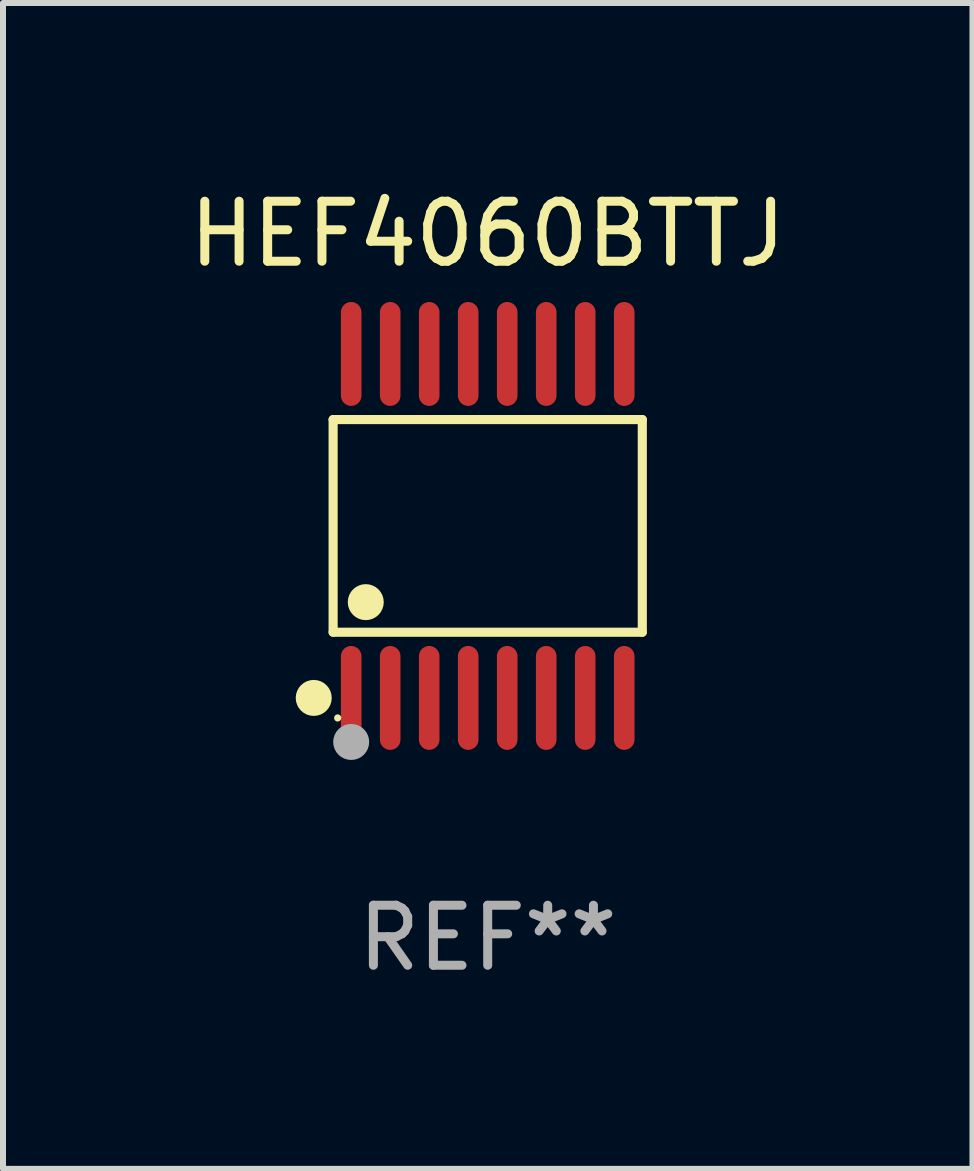
<source format=kicad_pcb>
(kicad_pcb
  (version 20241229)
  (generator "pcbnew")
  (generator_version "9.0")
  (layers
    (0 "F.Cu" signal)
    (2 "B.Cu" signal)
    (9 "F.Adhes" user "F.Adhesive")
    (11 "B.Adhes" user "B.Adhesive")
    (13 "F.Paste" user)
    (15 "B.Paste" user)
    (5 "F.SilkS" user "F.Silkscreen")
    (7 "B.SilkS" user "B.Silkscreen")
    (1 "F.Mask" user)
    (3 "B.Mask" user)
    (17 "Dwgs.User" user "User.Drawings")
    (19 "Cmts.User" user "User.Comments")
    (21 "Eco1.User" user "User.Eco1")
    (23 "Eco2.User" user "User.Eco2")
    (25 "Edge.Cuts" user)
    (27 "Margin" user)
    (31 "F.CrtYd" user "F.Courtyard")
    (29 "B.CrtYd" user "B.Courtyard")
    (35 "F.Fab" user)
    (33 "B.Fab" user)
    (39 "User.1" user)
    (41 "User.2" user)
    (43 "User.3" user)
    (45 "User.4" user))
  (footprint "HEF4060BTTJ"
    (layer "F.Cu")
    (at 5.077 5.714)
    (property "Reference" "HEF4060BTTJ" (at 0 -4.866 0) (layer "F.SilkS") (effects (font (size 1 1) (thickness 0.15))))
    (attr through_hole)
    (fp_line (start -2.576 -1.772) (end 2.576 -1.772) (stroke (width 0.152) (type solid)) (layer "F.SilkS"))
    (fp_line (start -2.576 1.771) (end -2.576 -1.772) (stroke (width 0.152) (type solid)) (layer "F.SilkS"))
    (fp_line (start 2.576 -1.772) (end 2.576 1.771) (stroke (width 0.152) (type solid)) (layer "F.SilkS"))
    (fp_line (start 2.576 1.771) (end -2.576 1.771) (stroke (width 0.152) (type solid)) (layer "F.SilkS"))
    (fp_circle (center -2.899 2.866) (end -2.749 2.866) (stroke (width 0.3) (type solid)) (fill no) (layer "F.SilkS"))
    (fp_circle (center -2.5 3.2) (end -2.47 3.2) (stroke (width 0.06) (type solid)) (fill no) (layer "F.SilkS"))
    (fp_circle (center -2.032 1.27) (end -1.882 1.27) (stroke (width 0.3) (type solid)) (fill no) (layer "F.SilkS"))
    (fp_circle (center -2.275 3.6) (end -2.125 3.6) (stroke (width 0.3) (type solid)) (fill no) (layer "F.Fab"))
    (fp_text user "REF**" (at 0 6.866 0) (layer "F.Fab") (effects (font (size 1 1) (thickness 0.15))))
    (pad "1" smd oval (at -2.275 2.866) (size 0.343 1.731) (layers "F.Cu" "F.Mask" "F.Paste"))
    (pad "2" smd oval (at -1.625 2.866) (size 0.343 1.731) (layers "F.Cu" "F.Mask" "F.Paste"))
    (pad "3" smd oval (at -0.975 2.866) (size 0.343 1.731) (layers "F.Cu" "F.Mask" "F.Paste"))
    (pad "4" smd oval (at -0.325 2.866) (size 0.343 1.731) (layers "F.Cu" "F.Mask" "F.Paste"))
    (pad "5" smd oval (at 0.325 2.866) (size 0.343 1.731) (layers "F.Cu" "F.Mask" "F.Paste"))
    (pad "6" smd oval (at 0.975 2.866) (size 0.343 1.731) (layers "F.Cu" "F.Mask" "F.Paste"))
    (pad "7" smd oval (at 1.625 2.866) (size 0.343 1.731) (layers "F.Cu" "F.Mask" "F.Paste"))
    (pad "8" smd oval (at 2.275 2.866) (size 0.343 1.731) (layers "F.Cu" "F.Mask" "F.Paste"))
    (pad "9" smd oval (at 2.275 -2.866) (size 0.343 1.731) (layers "F.Cu" "F.Mask" "F.Paste"))
    (pad "10" smd oval (at 1.625 -2.866) (size 0.343 1.731) (layers "F.Cu" "F.Mask" "F.Paste"))
    (pad "11" smd oval (at 0.975 -2.866) (size 0.343 1.731) (layers "F.Cu" "F.Mask" "F.Paste"))
    (pad "12" smd oval (at 0.325 -2.866) (size 0.343 1.731) (layers "F.Cu" "F.Mask" "F.Paste"))
    (pad "13" smd oval (at -0.325 -2.866) (size 0.343 1.731) (layers "F.Cu" "F.Mask" "F.Paste"))
    (pad "14" smd oval (at -0.975 -2.866) (size 0.343 1.731) (layers "F.Cu" "F.Mask" "F.Paste"))
    (pad "15" smd oval (at -1.625 -2.866) (size 0.343 1.731) (layers "F.Cu" "F.Mask" "F.Paste"))
    (pad "16" smd oval (at -2.275 -2.866) (size 0.343 1.731) (layers "F.Cu" "F.Mask" "F.Paste")))
  (gr_rect
    (start -3 -3)
    (end 13.155 16.428)
    (stroke (width 0.1) (type default))
    (fill no)
    (layer "Edge.Cuts")))
</source>
